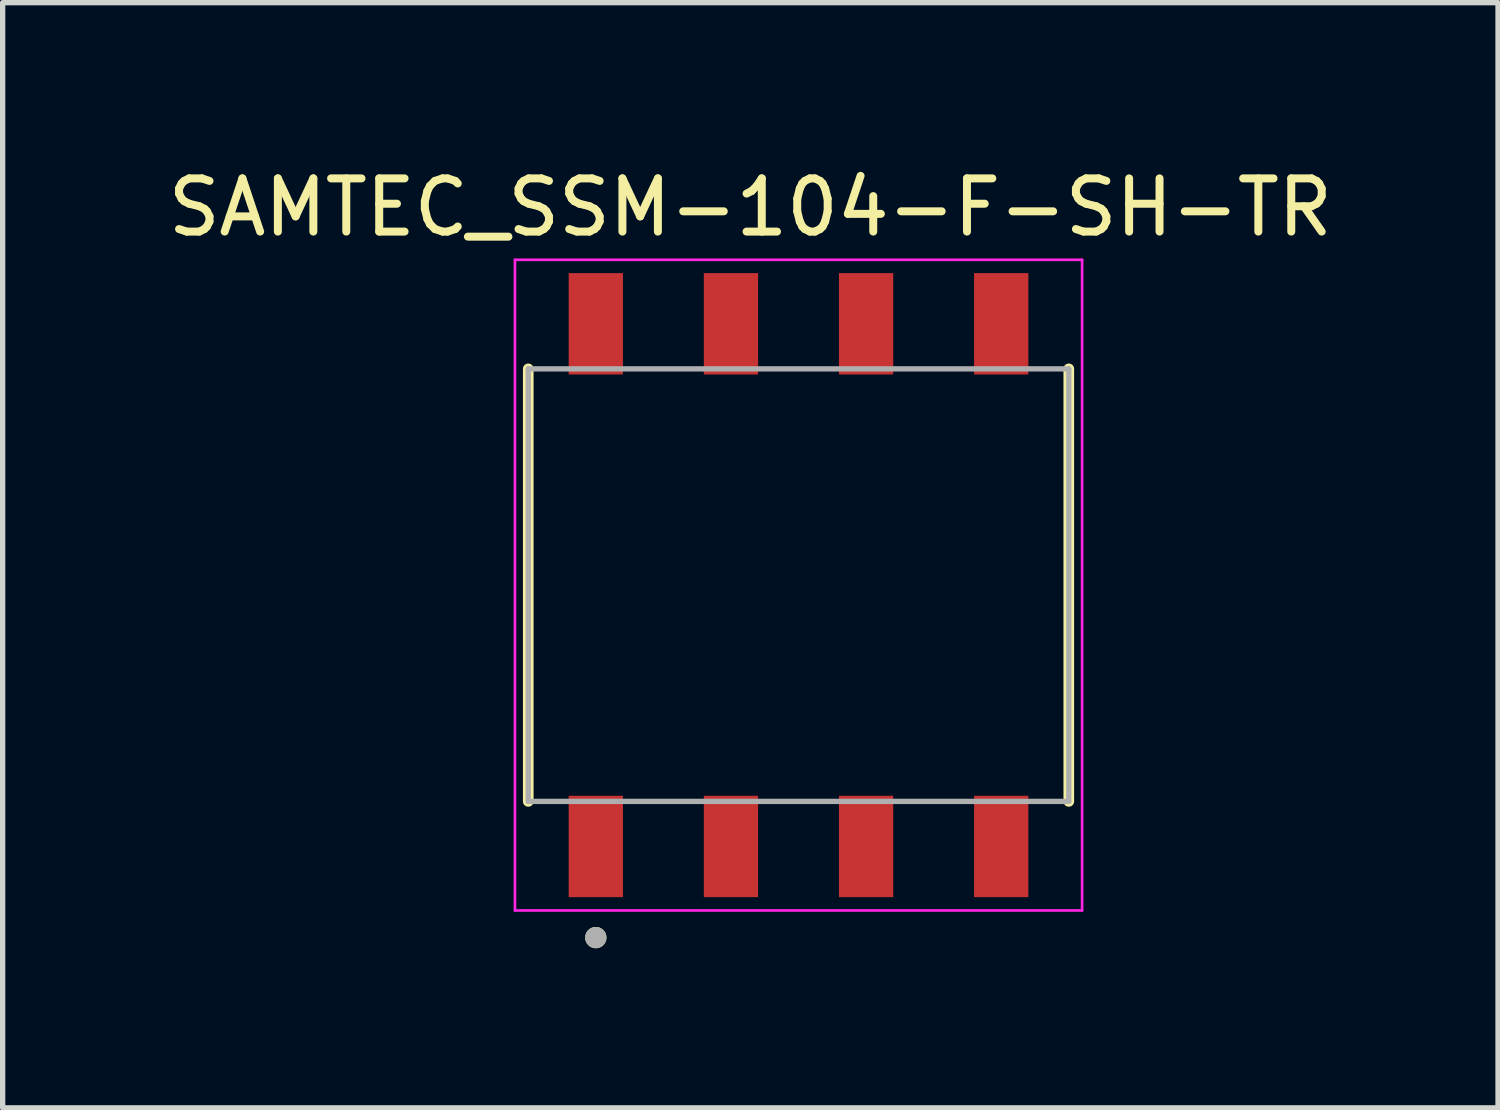
<source format=kicad_pcb>
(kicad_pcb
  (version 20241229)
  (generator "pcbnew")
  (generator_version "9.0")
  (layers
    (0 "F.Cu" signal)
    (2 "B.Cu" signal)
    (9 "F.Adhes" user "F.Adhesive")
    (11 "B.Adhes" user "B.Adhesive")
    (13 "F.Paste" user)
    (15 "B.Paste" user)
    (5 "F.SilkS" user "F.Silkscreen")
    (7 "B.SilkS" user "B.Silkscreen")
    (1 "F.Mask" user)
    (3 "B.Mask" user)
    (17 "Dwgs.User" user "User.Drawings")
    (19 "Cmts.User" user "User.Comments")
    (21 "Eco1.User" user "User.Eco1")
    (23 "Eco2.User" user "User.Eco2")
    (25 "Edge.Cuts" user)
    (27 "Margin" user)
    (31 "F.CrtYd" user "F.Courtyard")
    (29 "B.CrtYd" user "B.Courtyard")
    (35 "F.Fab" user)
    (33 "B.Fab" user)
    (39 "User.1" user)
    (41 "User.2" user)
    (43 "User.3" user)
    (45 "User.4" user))
  (footprint "SAMTEC_SSM-104-F-SH-TR"
    (layer "F.Cu")
    (at 11.959 7.948)
    (property "Reference" "SAMTEC_SSM-104-F-SH-TR" (at -0.905 -7.1 0) (layer "F.SilkS") (effects (font (size 1 1) (thickness 0.15))))
    (attr smd)
    (fp_line (start -5.08 4.065) (end -5.08 -4.065) (stroke (width 0.2) (type solid)) (layer "F.SilkS"))
    (fp_line (start 5.08 4.065) (end 5.08 -4.065) (stroke (width 0.2) (type solid)) (layer "F.SilkS"))
    (fp_circle (center -3.81 6.625) (end -3.71 6.625) (stroke (width 0.2) (type solid)) (fill no) (layer "F.SilkS"))
    (fp_line (start -5.33 -6.115) (end 5.33 -6.115) (stroke (width 0.05) (type solid)) (layer "F.CrtYd"))
    (fp_line (start -5.33 6.115) (end -5.33 -6.115) (stroke (width 0.05) (type solid)) (layer "F.CrtYd"))
    (fp_line (start 5.33 -6.115) (end 5.33 6.115) (stroke (width 0.05) (type solid)) (layer "F.CrtYd"))
    (fp_line (start 5.33 6.115) (end -5.33 6.115) (stroke (width 0.05) (type solid)) (layer "F.CrtYd"))
    (fp_line (start -5.08 -4.065) (end 5.08 -4.065) (stroke (width 0.1) (type solid)) (layer "F.Fab"))
    (fp_line (start -5.08 4.065) (end -5.08 -4.065) (stroke (width 0.1) (type solid)) (layer "F.Fab"))
    (fp_line (start 5.08 -4.065) (end 5.08 4.065) (stroke (width 0.1) (type solid)) (layer "F.Fab"))
    (fp_line (start 5.08 4.065) (end -5.08 4.065) (stroke (width 0.1) (type solid)) (layer "F.Fab"))
    (fp_circle (center -3.81 6.625) (end -3.71 6.625) (stroke (width 0.2) (type solid)) (fill no) (layer "F.Fab"))
    (pad "01_1" smd rect (at -3.81 4.912) (size 1.02 1.905) (layers "F.Cu" "F.Mask" "F.Paste"))
    (pad "01_2" smd rect (at -3.81 -4.912) (size 1.02 1.905) (layers "F.Cu" "F.Mask" "F.Paste"))
    (pad "02_1" smd rect (at -1.27 4.912) (size 1.02 1.905) (layers "F.Cu" "F.Mask" "F.Paste"))
    (pad "02_2" smd rect (at -1.27 -4.912) (size 1.02 1.905) (layers "F.Cu" "F.Mask" "F.Paste"))
    (pad "03_1" smd rect (at 1.27 4.912) (size 1.02 1.905) (layers "F.Cu" "F.Mask" "F.Paste"))
    (pad "03_2" smd rect (at 1.27 -4.912) (size 1.02 1.905) (layers "F.Cu" "F.Mask" "F.Paste"))
    (pad "04_1" smd rect (at 3.81 4.912) (size 1.02 1.905) (layers "F.Cu" "F.Mask" "F.Paste"))
    (pad "04_2" smd rect (at 3.81 -4.912) (size 1.02 1.905) (layers "F.Cu" "F.Mask" "F.Paste")))
  (gr_rect
    (start -3 -3)
    (end 25.107 17.773)
    (stroke (width 0.1) (type default))
    (fill no)
    (layer "Edge.Cuts")))
</source>
